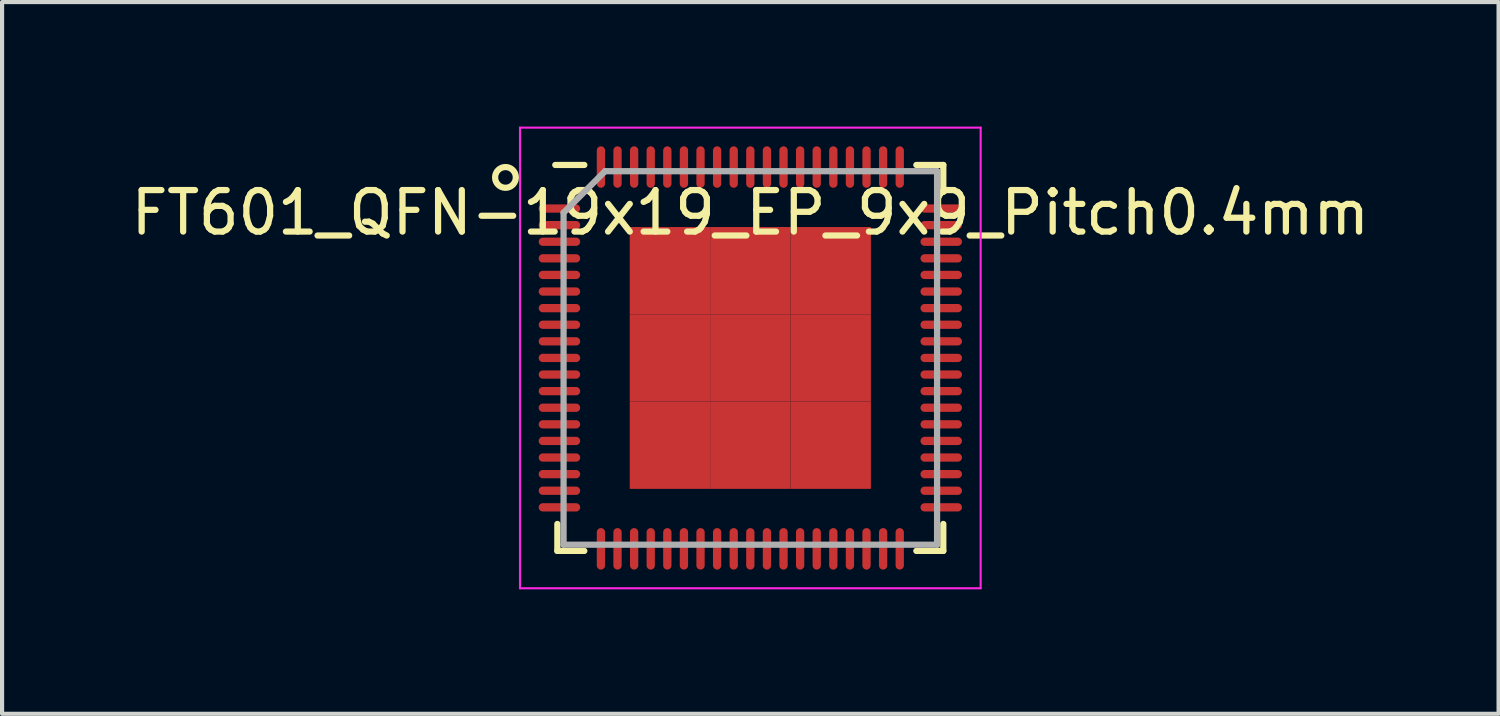
<source format=kicad_pcb>
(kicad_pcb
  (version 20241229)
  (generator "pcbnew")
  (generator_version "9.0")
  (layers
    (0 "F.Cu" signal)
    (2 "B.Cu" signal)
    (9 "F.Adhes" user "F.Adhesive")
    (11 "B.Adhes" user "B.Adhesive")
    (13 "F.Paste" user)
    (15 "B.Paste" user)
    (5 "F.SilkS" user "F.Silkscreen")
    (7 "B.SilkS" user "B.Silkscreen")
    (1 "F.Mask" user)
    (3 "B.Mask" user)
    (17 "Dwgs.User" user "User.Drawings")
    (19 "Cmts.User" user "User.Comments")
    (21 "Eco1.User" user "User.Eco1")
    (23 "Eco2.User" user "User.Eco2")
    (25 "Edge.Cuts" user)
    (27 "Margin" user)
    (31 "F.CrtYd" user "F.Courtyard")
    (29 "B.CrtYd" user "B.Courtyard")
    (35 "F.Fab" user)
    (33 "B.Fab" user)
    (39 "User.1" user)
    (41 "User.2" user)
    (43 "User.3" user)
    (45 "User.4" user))
  (footprint "FT601_QFN-19x19_EP_9x9_Pitch0.4mm"
    (layer "F.Cu")
    (at 15.03 5.575)
    (property "Reference" "FT601_QFN-19x19_EP_9x9_Pitch0.4mm" (at 0 -3.5 0) (layer "F.SilkS") (effects (font (size 1 1) (thickness 0.15))))
    (attr smd)
    (fp_line (start -4.65 4.65) (end -4.65 4) (stroke (width 0.15) (type solid)) (layer "F.SilkS"))
    (fp_line (start -4 -4.65) (end -4.7 -4.65) (stroke (width 0.15) (type solid)) (layer "F.SilkS"))
    (fp_line (start -4 4.65) (end -4.65 4.65) (stroke (width 0.15) (type solid)) (layer "F.SilkS"))
    (fp_line (start 4 -4.65) (end 4.65 -4.65) (stroke (width 0.15) (type solid)) (layer "F.SilkS"))
    (fp_line (start 4 4.65) (end 4.65 4.65) (stroke (width 0.15) (type solid)) (layer "F.SilkS"))
    (fp_line (start 4.65 -4.65) (end 4.65 -4) (stroke (width 0.15) (type solid)) (layer "F.SilkS"))
    (fp_line (start 4.65 4.65) (end 4.65 4) (stroke (width 0.15) (type solid)) (layer "F.SilkS"))
    (fp_circle (center -5.9 -4.35) (end -5.9 -4.1) (stroke (width 0.15) (type solid)) (fill no) (layer "F.SilkS"))
    (fp_line (start -5.55 -5.55) (end 5.55 -5.55) (stroke (width 0.05) (type solid)) (layer "F.CrtYd"))
    (fp_line (start -5.55 5.55) (end -5.55 -5.55) (stroke (width 0.05) (type solid)) (layer "F.CrtYd"))
    (fp_line (start 5.55 -5.55) (end 5.55 5.55) (stroke (width 0.05) (type solid)) (layer "F.CrtYd"))
    (fp_line (start 5.55 5.55) (end -5.55 5.55) (stroke (width 0.05) (type solid)) (layer "F.CrtYd"))
    (fp_line (start -4.5 -3.5) (end -4.5 4.5) (stroke (width 0.15) (type solid)) (layer "F.Fab"))
    (fp_line (start -4.5 4.5) (end 4.5 4.5) (stroke (width 0.15) (type solid)) (layer "F.Fab"))
    (fp_line (start -3.5 -4.5) (end -4.5 -3.5) (stroke (width 0.15) (type solid)) (layer "F.Fab"))
    (fp_line (start 4.5 -4.5) (end -3.5 -4.5) (stroke (width 0.15) (type solid)) (layer "F.Fab"))
    (fp_line (start 4.5 4.5) (end 4.5 -4.5) (stroke (width 0.15) (type solid)) (layer "F.Fab"))
    (pad "1" smd oval (at -4.6 -3.6 90) (size 0.2 1) (layers "F.Cu" "F.Mask" "F.Paste"))
    (pad "2" smd oval (at -4.6 -3.2 90) (size 0.2 1) (layers "F.Cu" "F.Mask" "F.Paste"))
    (pad "3" smd oval (at -4.6 -2.8 90) (size 0.2 1) (layers "F.Cu" "F.Mask" "F.Paste"))
    (pad "4" smd oval (at -4.6 -2.4 90) (size 0.2 1) (layers "F.Cu" "F.Mask" "F.Paste"))
    (pad "5" smd oval (at -4.6 -2 90) (size 0.2 1) (layers "F.Cu" "F.Mask" "F.Paste"))
    (pad "6" smd oval (at -4.6 -1.6 90) (size 0.2 1) (layers "F.Cu" "F.Mask" "F.Paste"))
    (pad "7" smd oval (at -4.6 -1.2 90) (size 0.2 1) (layers "F.Cu" "F.Mask" "F.Paste"))
    (pad "8" smd oval (at -4.6 -0.8 90) (size 0.2 1) (layers "F.Cu" "F.Mask" "F.Paste"))
    (pad "9" smd oval (at -4.6 -0.4 90) (size 0.2 1) (layers "F.Cu" "F.Mask" "F.Paste"))
    (pad "10" smd oval (at -4.6 0 90) (size 0.2 1) (layers "F.Cu" "F.Mask" "F.Paste"))
    (pad "11" smd oval (at -4.6 0.4 90) (size 0.2 1) (layers "F.Cu" "F.Mask" "F.Paste"))
    (pad "12" smd oval (at -4.6 0.8 90) (size 0.2 1) (layers "F.Cu" "F.Mask" "F.Paste"))
    (pad "13" smd oval (at -4.6 1.2 90) (size 0.2 1) (layers "F.Cu" "F.Mask" "F.Paste"))
    (pad "14" smd oval (at -4.6 1.6 90) (size 0.2 1) (layers "F.Cu" "F.Mask" "F.Paste"))
    (pad "15" smd oval (at -4.6 2 90) (size 0.2 1) (layers "F.Cu" "F.Mask" "F.Paste"))
    (pad "16" smd oval (at -4.6 2.4 90) (size 0.2 1) (layers "F.Cu" "F.Mask" "F.Paste"))
    (pad "17" smd oval (at -4.6 2.8 90) (size 0.2 1) (layers "F.Cu" "F.Mask" "F.Paste"))
    (pad "18" smd oval (at -4.6 3.2 90) (size 0.2 1) (layers "F.Cu" "F.Mask" "F.Paste"))
    (pad "19" smd oval (at -4.6 3.6 90) (size 0.2 1) (layers "F.Cu" "F.Mask" "F.Paste"))
    (pad "20" smd oval (at -3.6 4.6) (size 0.2 1) (layers "F.Cu" "F.Mask" "F.Paste"))
    (pad "21" smd oval (at -3.2 4.6) (size 0.2 1) (layers "F.Cu" "F.Mask" "F.Paste"))
    (pad "22" smd oval (at -2.8 4.6) (size 0.2 1) (layers "F.Cu" "F.Mask" "F.Paste"))
    (pad "23" smd oval (at -2.4 4.6) (size 0.2 1) (layers "F.Cu" "F.Mask" "F.Paste"))
    (pad "24" smd oval (at -2 4.6) (size 0.2 1) (layers "F.Cu" "F.Mask" "F.Paste"))
    (pad "25" smd oval (at -1.6 4.6) (size 0.2 1) (layers "F.Cu" "F.Mask" "F.Paste"))
    (pad "26" smd oval (at -1.2 4.6) (size 0.2 1) (layers "F.Cu" "F.Mask" "F.Paste"))
    (pad "27" smd oval (at -0.8 4.6) (size 0.2 1) (layers "F.Cu" "F.Mask" "F.Paste"))
    (pad "28" smd oval (at -0.4 4.6) (size 0.2 1) (layers "F.Cu" "F.Mask" "F.Paste"))
    (pad "29" smd oval (at 0 4.6) (size 0.2 1) (layers "F.Cu" "F.Mask" "F.Paste"))
    (pad "30" smd oval (at 0.4 4.6) (size 0.2 1) (layers "F.Cu" "F.Mask" "F.Paste"))
    (pad "31" smd oval (at 0.8 4.6) (size 0.2 1) (layers "F.Cu" "F.Mask" "F.Paste"))
    (pad "32" smd oval (at 1.2 4.6) (size 0.2 1) (layers "F.Cu" "F.Mask" "F.Paste"))
    (pad "33" smd oval (at 1.6 4.6) (size 0.2 1) (layers "F.Cu" "F.Mask" "F.Paste"))
    (pad "34" smd oval (at 2 4.6) (size 0.2 1) (layers "F.Cu" "F.Mask" "F.Paste"))
    (pad "35" smd oval (at 2.4 4.6) (size 0.2 1) (layers "F.Cu" "F.Mask" "F.Paste"))
    (pad "36" smd oval (at 2.8 4.6) (size 0.2 1) (layers "F.Cu" "F.Mask" "F.Paste"))
    (pad "37" smd oval (at 3.2 4.6) (size 0.2 1) (layers "F.Cu" "F.Mask" "F.Paste"))
    (pad "38" smd oval (at 3.6 4.6) (size 0.2 1) (layers "F.Cu" "F.Mask" "F.Paste"))
    (pad "39" smd oval (at 4.6 3.6 90) (size 0.2 1) (layers "F.Cu" "F.Mask" "F.Paste"))
    (pad "40" smd oval (at 4.6 3.2 90) (size 0.2 1) (layers "F.Cu" "F.Mask" "F.Paste"))
    (pad "41" smd oval (at 4.6 2.8 90) (size 0.2 1) (layers "F.Cu" "F.Mask" "F.Paste"))
    (pad "42" smd oval (at 4.6 2.4 90) (size 0.2 1) (layers "F.Cu" "F.Mask" "F.Paste"))
    (pad "43" smd oval (at 4.6 2 90) (size 0.2 1) (layers "F.Cu" "F.Mask" "F.Paste"))
    (pad "44" smd oval (at 4.6 1.6 90) (size 0.2 1) (layers "F.Cu" "F.Mask" "F.Paste"))
    (pad "45" smd oval (at 4.6 1.2 90) (size 0.2 1) (layers "F.Cu" "F.Mask" "F.Paste"))
    (pad "46" smd oval (at 4.6 0.8 90) (size 0.2 1) (layers "F.Cu" "F.Mask" "F.Paste"))
    (pad "47" smd oval (at 4.6 0.4 90) (size 0.2 1) (layers "F.Cu" "F.Mask" "F.Paste"))
    (pad "48" smd oval (at 4.6 0 90) (size 0.2 1) (layers "F.Cu" "F.Mask" "F.Paste"))
    (pad "49" smd oval (at 4.6 -0.4 90) (size 0.2 1) (layers "F.Cu" "F.Mask" "F.Paste"))
    (pad "50" smd oval (at 4.6 -0.8 90) (size 0.2 1) (layers "F.Cu" "F.Mask" "F.Paste"))
    (pad "51" smd oval (at 4.6 -1.2 90) (size 0.2 1) (layers "F.Cu" "F.Mask" "F.Paste"))
    (pad "52" smd oval (at 4.6 -1.6 90) (size 0.2 1) (layers "F.Cu" "F.Mask" "F.Paste"))
    (pad "53" smd oval (at 4.6 -2 90) (size 0.2 1) (layers "F.Cu" "F.Mask" "F.Paste"))
    (pad "54" smd oval (at 4.6 -2.4 90) (size 0.2 1) (layers "F.Cu" "F.Mask" "F.Paste"))
    (pad "55" smd oval (at 4.6 -2.8 90) (size 0.2 1) (layers "F.Cu" "F.Mask" "F.Paste"))
    (pad "56" smd oval (at 4.6 -3.2 90) (size 0.2 1) (layers "F.Cu" "F.Mask" "F.Paste"))
    (pad "57" smd oval (at 4.6 -3.6 90) (size 0.2 1) (layers "F.Cu" "F.Mask" "F.Paste"))
    (pad "58" smd oval (at 3.6 -4.6) (size 0.2 1) (layers "F.Cu" "F.Mask" "F.Paste"))
    (pad "59" smd oval (at 3.2 -4.6) (size 0.2 1) (layers "F.Cu" "F.Mask" "F.Paste"))
    (pad "60" smd oval (at 2.8 -4.6) (size 0.2 1) (layers "F.Cu" "F.Mask" "F.Paste"))
    (pad "61" smd oval (at 2.4 -4.6) (size 0.2 1) (layers "F.Cu" "F.Mask" "F.Paste"))
    (pad "62" smd oval (at 2 -4.6) (size 0.2 1) (layers "F.Cu" "F.Mask" "F.Paste"))
    (pad "63" smd oval (at 1.6 -4.6) (size 0.2 1) (layers "F.Cu" "F.Mask" "F.Paste"))
    (pad "64" smd oval (at 1.2 -4.6) (size 0.2 1) (layers "F.Cu" "F.Mask" "F.Paste"))
    (pad "65" smd oval (at 0.8 -4.6) (size 0.2 1) (layers "F.Cu" "F.Mask" "F.Paste"))
    (pad "66" smd oval (at 0.4 -4.6) (size 0.2 1) (layers "F.Cu" "F.Mask" "F.Paste"))
    (pad "67" smd oval (at 0 -4.6) (size 0.2 1) (layers "F.Cu" "F.Mask" "F.Paste"))
    (pad "68" smd oval (at -0.4 -4.6) (size 0.2 1) (layers "F.Cu" "F.Mask" "F.Paste"))
    (pad "69" smd oval (at -0.8 -4.6) (size 0.2 1) (layers "F.Cu" "F.Mask" "F.Paste"))
    (pad "70" smd oval (at -1.2 -4.6) (size 0.2 1) (layers "F.Cu" "F.Mask" "F.Paste"))
    (pad "71" smd oval (at -1.6 -4.6) (size 0.2 1) (layers "F.Cu" "F.Mask" "F.Paste"))
    (pad "72" smd oval (at -2 -4.6) (size 0.2 1) (layers "F.Cu" "F.Mask" "F.Paste"))
    (pad "73" smd oval (at -2.4 -4.6) (size 0.2 1) (layers "F.Cu" "F.Mask" "F.Paste"))
    (pad "74" smd oval (at -2.8 -4.6) (size 0.2 1) (layers "F.Cu" "F.Mask" "F.Paste"))
    (pad "75" smd oval (at -3.2 -4.6) (size 0.2 1) (layers "F.Cu" "F.Mask" "F.Paste"))
    (pad "76" smd oval (at -3.6 -4.6) (size 0.2 1) (layers "F.Cu" "F.Mask" "F.Paste"))
    (pad "77" smd rect (at -1.937 -2.103) (size 1.937 2.103) (layers "F.Cu" "F.Mask" "F.Paste"))
    (pad "77" smd rect (at -1.937 0) (size 1.937 2.103) (layers "F.Cu" "F.Mask" "F.Paste"))
    (pad "77" smd rect (at -1.937 2.103) (size 1.937 2.103) (layers "F.Cu" "F.Mask" "F.Paste"))
    (pad "77" smd rect (at 0 -2.103) (size 1.937 2.103) (layers "F.Cu" "F.Mask" "F.Paste"))
    (pad "77" smd rect (at 0 0) (size 1.937 2.103) (layers "F.Cu" "F.Mask" "F.Paste"))
    (pad "77" smd rect (at 0 2.103) (size 1.937 2.103) (layers "F.Cu" "F.Mask" "F.Paste"))
    (pad "77" smd rect (at 1.937 -2.103) (size 1.937 2.103) (layers "F.Cu" "F.Mask" "F.Paste"))
    (pad "77" smd rect (at 1.937 0) (size 1.937 2.103) (layers "F.Cu" "F.Mask" "F.Paste"))
    (pad "77" smd rect (at 1.937 2.103) (size 1.937 2.103) (layers "F.Cu" "F.Mask" "F.Paste")))
  (gr_rect
    (start -3 -3)
    (end 33.06 14.15)
    (stroke (width 0.1) (type default))
    (fill no)
    (layer "Edge.Cuts")))
</source>
